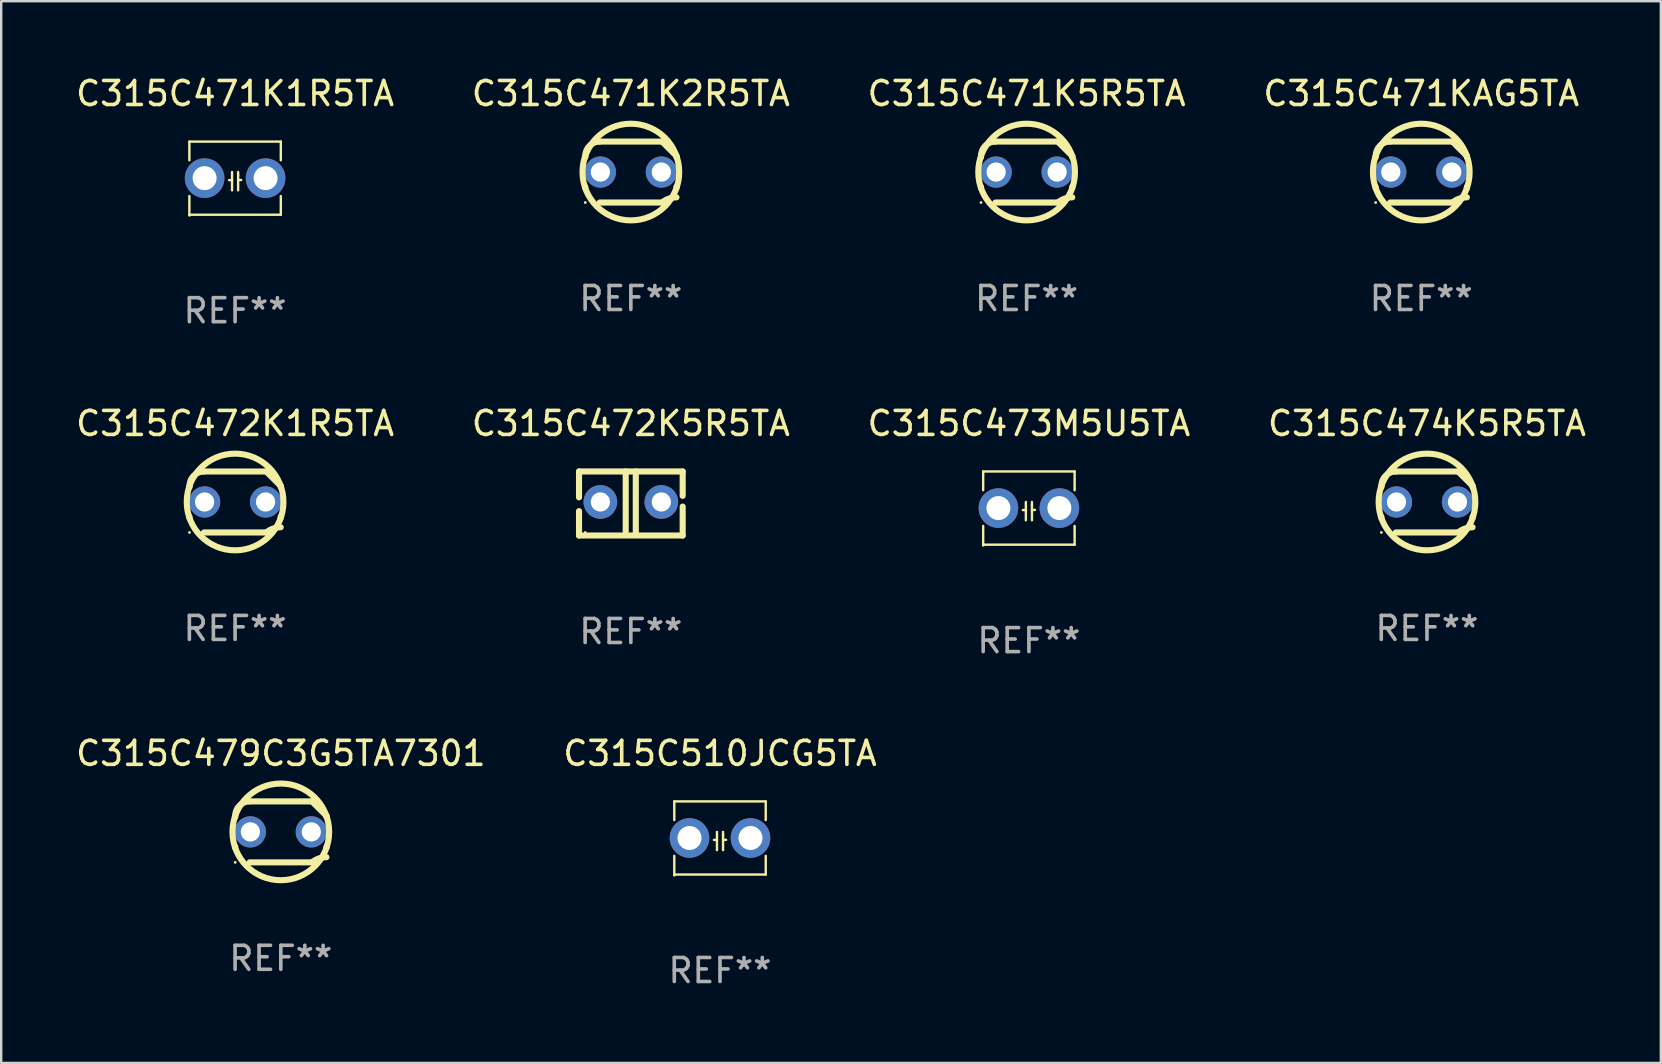
<source format=kicad_pcb>
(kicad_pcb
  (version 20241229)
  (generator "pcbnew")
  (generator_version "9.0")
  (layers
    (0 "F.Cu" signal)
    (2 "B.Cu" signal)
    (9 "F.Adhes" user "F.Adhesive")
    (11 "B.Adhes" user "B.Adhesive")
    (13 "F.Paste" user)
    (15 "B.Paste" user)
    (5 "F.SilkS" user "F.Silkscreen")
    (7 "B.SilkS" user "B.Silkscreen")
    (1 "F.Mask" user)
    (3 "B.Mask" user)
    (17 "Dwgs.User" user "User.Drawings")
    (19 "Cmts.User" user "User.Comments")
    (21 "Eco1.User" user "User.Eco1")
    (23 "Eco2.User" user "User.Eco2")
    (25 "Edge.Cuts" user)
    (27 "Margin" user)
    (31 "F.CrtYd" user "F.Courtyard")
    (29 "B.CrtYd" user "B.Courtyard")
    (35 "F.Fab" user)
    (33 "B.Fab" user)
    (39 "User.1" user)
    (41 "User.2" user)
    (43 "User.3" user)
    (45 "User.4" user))
  (footprint "C315C473M5U5TA"
    (layer "F.Cu")
    (at 39.815 18.117)
    (property "Reference" "C315C473M5U5TA" (at 0 -3.524 0) (layer "F.SilkS") (effects (font (size 1 1) (thickness 0.15))))
    (attr through_hole)
    (fp_line (start -1.905 -1.524) (end -1.905 -0.745) (stroke (width 0.1) (type solid)) (layer "F.SilkS"))
    (fp_line (start -1.905 0.745) (end -1.905 1.524) (stroke (width 0.1) (type solid)) (layer "F.SilkS"))
    (fp_line (start -1.905 1.524) (end 1.905 1.524) (stroke (width 0.1) (type solid)) (layer "F.SilkS"))
    (fp_line (start -0.127 -0.254) (end -0.127 0.508) (stroke (width 0.1) (type solid)) (layer "F.SilkS"))
    (fp_line (start -0.127 0.082) (end -0.254 0.082) (stroke (width 0.1) (type solid)) (layer "F.SilkS"))
    (fp_line (start 0.127 -0.127) (end 0.127 -0.254) (stroke (width 0.1) (type solid)) (layer "F.SilkS"))
    (fp_line (start 0.127 -0.127) (end 0.127 0.508) (stroke (width 0.1) (type solid)) (layer "F.SilkS"))
    (fp_line (start 0.127 0.077) (end 0.254 0.077) (stroke (width 0.1) (type solid)) (layer "F.SilkS"))
    (fp_line (start 1.905 -1.524) (end -1.905 -1.524) (stroke (width 0.1) (type solid)) (layer "F.SilkS"))
    (fp_line (start 1.905 -0.745) (end 1.905 -1.524) (stroke (width 0.1) (type solid)) (layer "F.SilkS"))
    (fp_line (start 1.905 1.524) (end 1.905 0.745) (stroke (width 0.1) (type solid)) (layer "F.SilkS"))
    (fp_circle (center -1.9 1.55) (end -1.87 1.55) (stroke (width 0.06) (type solid)) (fill no) (layer "F.SilkS"))
    (fp_text user "REF**" (at 0 5.524 0) (layer "F.Fab") (effects (font (size 1 1) (thickness 0.15))))
    (pad "1" thru_hole circle (at -1.27 0) (size 1.65 1.65) (drill 1) (layers "*.Cu" "*.Mask"))
    (pad "2" thru_hole circle (at 1.27 0) (size 1.65 1.65) (drill 1) (layers "*.Cu" "*.Mask")))
  (footprint "C315C479C3G5TA7301"
    (layer "F.Cu")
    (at 8.649 31.607)
    (property "Reference" "C315C479C3G5TA7301" (at 0 -3.27 0) (layer "F.SilkS") (effects (font (size 1 1) (thickness 0.15))))
    (attr through_hole)
    (fp_line (start -1.9 -0.615) (end -1.9 -0.668) (stroke (width 0.254) (type solid)) (layer "F.SilkS"))
    (fp_line (start -1.9 0.668) (end -1.9 0.615) (stroke (width 0.254) (type solid)) (layer "F.SilkS"))
    (fp_line (start -1.298 1.27) (end 1.298 1.27) (stroke (width 0.254) (type solid)) (layer "F.SilkS"))
    (fp_line (start -1.298 -1.27) (end 1.298 -1.27) (stroke (width 0.254) (type solid)) (layer "F.SilkS"))
    (fp_line (start 1.9 -0.668) (end 1.9 -0.615) (stroke (width 0.254) (type solid)) (layer "F.SilkS"))
    (fp_line (start 1.9 0.615) (end 1.9 0.668) (stroke (width 0.254) (type solid)) (layer "F.SilkS"))
    (fp_arc (start -1.900025 0.667602) (mid 1.900003 -0.66758) (end -1.900025 0.667602) (stroke (width 0.254001) (type solid)) (layer "F.SilkS"))
    (fp_arc (start -1.9 -0.667602) (mid -1.723557 -1.093572) (end -1.297587 -1.270015) (stroke (width 0.254001) (type solid)) (layer "F.SilkS"))
    (fp_arc (start 1.297587 1.26999) (mid 1.579878 1.109027) (end 1.9 1.053172) (stroke (width 0.254001) (type solid)) (layer "F.SilkS"))
    (fp_arc (start 1.297611 -1.270042) (mid 1.598991 -0.969008) (end 1.900025 -0.667628) (stroke (width 0.254001) (type solid)) (layer "F.SilkS"))
    (fp_circle (center -1.9 1.27) (end -1.87 1.27) (stroke (width 0.06) (type solid)) (fill no) (layer "F.SilkS"))
    (fp_text user "REF**" (at 0 5.27 0) (layer "F.Fab") (effects (font (size 1 1) (thickness 0.15))))
    (pad "1" thru_hole circle (at -1.27 -0.000013) (size 1.3 1.3) (drill 0.8) (layers "*.Cu" "*.Mask"))
    (pad "2" thru_hole circle (at 1.27 -0.000013) (size 1.3 1.3) (drill 0.8) (layers "*.Cu" "*.Mask")))
  (footprint "C315C471KAG5TA"
    (layer "F.Cu")
    (at 56.161 4.118)
    (property "Reference" "C315C471KAG5TA" (at 0 -3.27 0) (layer "F.SilkS") (effects (font (size 1 1) (thickness 0.15))))
    (attr through_hole)
    (fp_line (start -1.9 -0.615) (end -1.9 -0.668) (stroke (width 0.254) (type solid)) (layer "F.SilkS"))
    (fp_line (start -1.9 0.668) (end -1.9 0.615) (stroke (width 0.254) (type solid)) (layer "F.SilkS"))
    (fp_line (start -1.298 1.27) (end 1.298 1.27) (stroke (width 0.254) (type solid)) (layer "F.SilkS"))
    (fp_line (start -1.298 -1.27) (end 1.298 -1.27) (stroke (width 0.254) (type solid)) (layer "F.SilkS"))
    (fp_line (start 1.9 -0.668) (end 1.9 -0.615) (stroke (width 0.254) (type solid)) (layer "F.SilkS"))
    (fp_line (start 1.9 0.615) (end 1.9 0.668) (stroke (width 0.254) (type solid)) (layer "F.SilkS"))
    (fp_arc (start -1.900025 0.667602) (mid 1.900003 -0.66758) (end -1.900025 0.667602) (stroke (width 0.254001) (type solid)) (layer "F.SilkS"))
    (fp_arc (start -1.9 -0.667602) (mid -1.723557 -1.093572) (end -1.297587 -1.270015) (stroke (width 0.254001) (type solid)) (layer "F.SilkS"))
    (fp_arc (start 1.297587 1.26999) (mid 1.579878 1.109027) (end 1.9 1.053172) (stroke (width 0.254001) (type solid)) (layer "F.SilkS"))
    (fp_arc (start 1.297611 -1.270042) (mid 1.598991 -0.969008) (end 1.900025 -0.667628) (stroke (width 0.254001) (type solid)) (layer "F.SilkS"))
    (fp_circle (center -1.9 1.27) (end -1.87 1.27) (stroke (width 0.06) (type solid)) (fill no) (layer "F.SilkS"))
    (fp_text user "REF**" (at 0 5.27 0) (layer "F.Fab") (effects (font (size 1 1) (thickness 0.15))))
    (pad "1" thru_hole circle (at -1.27 -0.000013) (size 1.3 1.3) (drill 0.8) (layers "*.Cu" "*.Mask"))
    (pad "2" thru_hole circle (at 1.27 -0.000013) (size 1.3 1.3) (drill 0.8) (layers "*.Cu" "*.Mask")))
  (footprint "C315C472K5R5TA"
    (layer "F.Cu")
    (at 23.232 17.926)
    (property "Reference" "C315C472K5R5TA" (at 0 -3.334 0) (layer "F.SilkS") (effects (font (size 1 1) (thickness 0.15))))
    (attr through_hole)
    (fp_line (start -2.159 -1.334) (end 2.159 -1.334) (stroke (width 0.254) (type solid)) (layer "F.SilkS"))
    (fp_line (start -2.159 -0.256) (end -2.159 -1.334) (stroke (width 0.254) (type solid)) (layer "F.SilkS"))
    (fp_line (start -2.159 1.334) (end -2.159 0.318) (stroke (width 0.254) (type solid)) (layer "F.SilkS"))
    (fp_line (start -0.214 -1.334) (end -0.214 1.207) (stroke (width 0.254) (type solid)) (layer "F.SilkS"))
    (fp_line (start 0.205 -1.334) (end 0.205 1.207) (stroke (width 0.254) (type solid)) (layer "F.SilkS"))
    (fp_line (start 2.159 -1.334) (end 2.159 -0.318) (stroke (width 0.254) (type solid)) (layer "F.SilkS"))
    (fp_line (start 2.159 0.129) (end 2.159 1.334) (stroke (width 0.254) (type solid)) (layer "F.SilkS"))
    (fp_line (start 2.159 1.334) (end -2.159 1.334) (stroke (width 0.254) (type solid)) (layer "F.SilkS"))
    (fp_circle (center -1.9 1.207) (end -1.87 1.207) (stroke (width 0.06) (type solid)) (fill no) (layer "F.SilkS"))
    (fp_text user "REF**" (at 0 5.334 0) (layer "F.Fab") (effects (font (size 1 1) (thickness 0.15))))
    (pad "1" thru_hole circle (at -1.27 -0.064) (size 1.4 1.4) (drill 0.8) (layers "*.Cu" "*.Mask"))
    (pad "2" thru_hole circle (at 1.27 -0.064) (size 1.4 1.4) (drill 0.8) (layers "*.Cu" "*.Mask")))
  (footprint "C315C510JCG5TA"
    (layer "F.Cu")
    (at 26.946 31.861)
    (property "Reference" "C315C510JCG5TA" (at 0 -3.524 0) (layer "F.SilkS") (effects (font (size 1 1) (thickness 0.15))))
    (attr through_hole)
    (fp_line (start -1.905 -1.524) (end -1.905 -0.745) (stroke (width 0.1) (type solid)) (layer "F.SilkS"))
    (fp_line (start -1.905 0.745) (end -1.905 1.524) (stroke (width 0.1) (type solid)) (layer "F.SilkS"))
    (fp_line (start -1.905 1.524) (end 1.905 1.524) (stroke (width 0.1) (type solid)) (layer "F.SilkS"))
    (fp_line (start -0.127 -0.254) (end -0.127 0.508) (stroke (width 0.1) (type solid)) (layer "F.SilkS"))
    (fp_line (start -0.127 0.082) (end -0.254 0.082) (stroke (width 0.1) (type solid)) (layer "F.SilkS"))
    (fp_line (start 0.127 -0.127) (end 0.127 -0.254) (stroke (width 0.1) (type solid)) (layer "F.SilkS"))
    (fp_line (start 0.127 -0.127) (end 0.127 0.508) (stroke (width 0.1) (type solid)) (layer "F.SilkS"))
    (fp_line (start 0.127 0.077) (end 0.254 0.077) (stroke (width 0.1) (type solid)) (layer "F.SilkS"))
    (fp_line (start 1.905 -1.524) (end -1.905 -1.524) (stroke (width 0.1) (type solid)) (layer "F.SilkS"))
    (fp_line (start 1.905 -0.745) (end 1.905 -1.524) (stroke (width 0.1) (type solid)) (layer "F.SilkS"))
    (fp_line (start 1.905 1.524) (end 1.905 0.745) (stroke (width 0.1) (type solid)) (layer "F.SilkS"))
    (fp_circle (center -1.9 1.55) (end -1.87 1.55) (stroke (width 0.06) (type solid)) (fill no) (layer "F.SilkS"))
    (fp_text user "REF**" (at 0 5.524 0) (layer "F.Fab") (effects (font (size 1 1) (thickness 0.15))))
    (pad "1" thru_hole circle (at -1.27 0) (size 1.65 1.65) (drill 1) (layers "*.Cu" "*.Mask"))
    (pad "2" thru_hole circle (at 1.27 0) (size 1.65 1.65) (drill 1) (layers "*.Cu" "*.Mask")))
  (footprint "C315C471K1R5TA"
    (layer "F.Cu")
    (at 6.744 4.372)
    (property "Reference" "C315C471K1R5TA" (at 0 -3.524 0) (layer "F.SilkS") (effects (font (size 1 1) (thickness 0.15))))
    (attr through_hole)
    (fp_line (start -1.905 -1.524) (end -1.905 -0.745) (stroke (width 0.1) (type solid)) (layer "F.SilkS"))
    (fp_line (start -1.905 0.745) (end -1.905 1.524) (stroke (width 0.1) (type solid)) (layer "F.SilkS"))
    (fp_line (start -1.905 1.524) (end 1.905 1.524) (stroke (width 0.1) (type solid)) (layer "F.SilkS"))
    (fp_line (start -0.127 -0.254) (end -0.127 0.508) (stroke (width 0.1) (type solid)) (layer "F.SilkS"))
    (fp_line (start -0.127 0.082) (end -0.254 0.082) (stroke (width 0.1) (type solid)) (layer "F.SilkS"))
    (fp_line (start 0.127 -0.127) (end 0.127 -0.254) (stroke (width 0.1) (type solid)) (layer "F.SilkS"))
    (fp_line (start 0.127 -0.127) (end 0.127 0.508) (stroke (width 0.1) (type solid)) (layer "F.SilkS"))
    (fp_line (start 0.127 0.077) (end 0.254 0.077) (stroke (width 0.1) (type solid)) (layer "F.SilkS"))
    (fp_line (start 1.905 -1.524) (end -1.905 -1.524) (stroke (width 0.1) (type solid)) (layer "F.SilkS"))
    (fp_line (start 1.905 -0.745) (end 1.905 -1.524) (stroke (width 0.1) (type solid)) (layer "F.SilkS"))
    (fp_line (start 1.905 1.524) (end 1.905 0.745) (stroke (width 0.1) (type solid)) (layer "F.SilkS"))
    (fp_circle (center -1.9 1.55) (end -1.87 1.55) (stroke (width 0.06) (type solid)) (fill no) (layer "F.SilkS"))
    (fp_text user "REF**" (at 0 5.524 0) (layer "F.Fab") (effects (font (size 1 1) (thickness 0.15))))
    (pad "1" thru_hole circle (at -1.27 0) (size 1.65 1.65) (drill 1) (layers "*.Cu" "*.Mask"))
    (pad "2" thru_hole circle (at 1.27 0) (size 1.65 1.65) (drill 1) (layers "*.Cu" "*.Mask")))
  (footprint "C315C471K5R5TA"
    (layer "F.Cu")
    (at 39.72 4.118)
    (property "Reference" "C315C471K5R5TA" (at 0 -3.27 0) (layer "F.SilkS") (effects (font (size 1 1) (thickness 0.15))))
    (attr through_hole)
    (fp_line (start -1.9 -0.615) (end -1.9 -0.668) (stroke (width 0.254) (type solid)) (layer "F.SilkS"))
    (fp_line (start -1.9 0.668) (end -1.9 0.615) (stroke (width 0.254) (type solid)) (layer "F.SilkS"))
    (fp_line (start -1.298 1.27) (end 1.298 1.27) (stroke (width 0.254) (type solid)) (layer "F.SilkS"))
    (fp_line (start -1.298 -1.27) (end 1.298 -1.27) (stroke (width 0.254) (type solid)) (layer "F.SilkS"))
    (fp_line (start 1.9 -0.668) (end 1.9 -0.615) (stroke (width 0.254) (type solid)) (layer "F.SilkS"))
    (fp_line (start 1.9 0.615) (end 1.9 0.668) (stroke (width 0.254) (type solid)) (layer "F.SilkS"))
    (fp_arc (start -1.900025 0.667602) (mid 1.900003 -0.66758) (end -1.900025 0.667602) (stroke (width 0.254001) (type solid)) (layer "F.SilkS"))
    (fp_arc (start -1.9 -0.667602) (mid -1.723557 -1.093572) (end -1.297587 -1.270015) (stroke (width 0.254001) (type solid)) (layer "F.SilkS"))
    (fp_arc (start 1.297587 1.26999) (mid 1.579878 1.109027) (end 1.9 1.053172) (stroke (width 0.254001) (type solid)) (layer "F.SilkS"))
    (fp_arc (start 1.297611 -1.270042) (mid 1.598991 -0.969008) (end 1.900025 -0.667628) (stroke (width 0.254001) (type solid)) (layer "F.SilkS"))
    (fp_circle (center -1.9 1.27) (end -1.87 1.27) (stroke (width 0.06) (type solid)) (fill no) (layer "F.SilkS"))
    (fp_text user "REF**" (at 0 5.27 0) (layer "F.Fab") (effects (font (size 1 1) (thickness 0.15))))
    (pad "1" thru_hole circle (at -1.27 -0.000013) (size 1.3 1.3) (drill 0.8) (layers "*.Cu" "*.Mask"))
    (pad "2" thru_hole circle (at 1.27 -0.000013) (size 1.3 1.3) (drill 0.8) (layers "*.Cu" "*.Mask")))
  (footprint "C315C472K1R5TA"
    (layer "F.Cu")
    (at 6.744 17.863)
    (property "Reference" "C315C472K1R5TA" (at 0 -3.27 0) (layer "F.SilkS") (effects (font (size 1 1) (thickness 0.15))))
    (attr through_hole)
    (fp_line (start -1.9 -0.615) (end -1.9 -0.668) (stroke (width 0.254) (type solid)) (layer "F.SilkS"))
    (fp_line (start -1.9 0.668) (end -1.9 0.615) (stroke (width 0.254) (type solid)) (layer "F.SilkS"))
    (fp_line (start -1.298 1.27) (end 1.298 1.27) (stroke (width 0.254) (type solid)) (layer "F.SilkS"))
    (fp_line (start -1.298 -1.27) (end 1.298 -1.27) (stroke (width 0.254) (type solid)) (layer "F.SilkS"))
    (fp_line (start 1.9 -0.668) (end 1.9 -0.615) (stroke (width 0.254) (type solid)) (layer "F.SilkS"))
    (fp_line (start 1.9 0.615) (end 1.9 0.668) (stroke (width 0.254) (type solid)) (layer "F.SilkS"))
    (fp_arc (start -1.900025 0.667602) (mid 1.900003 -0.66758) (end -1.900025 0.667602) (stroke (width 0.254001) (type solid)) (layer "F.SilkS"))
    (fp_arc (start -1.9 -0.667602) (mid -1.723557 -1.093572) (end -1.297587 -1.270015) (stroke (width 0.254001) (type solid)) (layer "F.SilkS"))
    (fp_arc (start 1.297587 1.26999) (mid 1.579878 1.109027) (end 1.9 1.053172) (stroke (width 0.254001) (type solid)) (layer "F.SilkS"))
    (fp_arc (start 1.297611 -1.270042) (mid 1.598991 -0.969008) (end 1.900025 -0.667628) (stroke (width 0.254001) (type solid)) (layer "F.SilkS"))
    (fp_circle (center -1.9 1.27) (end -1.87 1.27) (stroke (width 0.06) (type solid)) (fill no) (layer "F.SilkS"))
    (fp_text user "REF**" (at 0 5.27 0) (layer "F.Fab") (effects (font (size 1 1) (thickness 0.15))))
    (pad "1" thru_hole circle (at -1.27 -0.000013) (size 1.3 1.3) (drill 0.8) (layers "*.Cu" "*.Mask"))
    (pad "2" thru_hole circle (at 1.27 -0.000013) (size 1.3 1.3) (drill 0.8) (layers "*.Cu" "*.Mask")))
  (footprint "C315C471K2R5TA"
    (layer "F.Cu")
    (at 23.232 4.118)
    (property "Reference" "C315C471K2R5TA" (at 0 -3.27 0) (layer "F.SilkS") (effects (font (size 1 1) (thickness 0.15))))
    (attr through_hole)
    (fp_line (start -1.9 -0.615) (end -1.9 -0.668) (stroke (width 0.254) (type solid)) (layer "F.SilkS"))
    (fp_line (start -1.9 0.668) (end -1.9 0.615) (stroke (width 0.254) (type solid)) (layer "F.SilkS"))
    (fp_line (start -1.298 1.27) (end 1.298 1.27) (stroke (width 0.254) (type solid)) (layer "F.SilkS"))
    (fp_line (start -1.298 -1.27) (end 1.298 -1.27) (stroke (width 0.254) (type solid)) (layer "F.SilkS"))
    (fp_line (start 1.9 -0.668) (end 1.9 -0.615) (stroke (width 0.254) (type solid)) (layer "F.SilkS"))
    (fp_line (start 1.9 0.615) (end 1.9 0.668) (stroke (width 0.254) (type solid)) (layer "F.SilkS"))
    (fp_arc (start -1.900025 0.667602) (mid 1.900003 -0.66758) (end -1.900025 0.667602) (stroke (width 0.254001) (type solid)) (layer "F.SilkS"))
    (fp_arc (start -1.9 -0.667602) (mid -1.723557 -1.093572) (end -1.297587 -1.270015) (stroke (width 0.254001) (type solid)) (layer "F.SilkS"))
    (fp_arc (start 1.297587 1.26999) (mid 1.579878 1.109027) (end 1.9 1.053172) (stroke (width 0.254001) (type solid)) (layer "F.SilkS"))
    (fp_arc (start 1.297611 -1.270042) (mid 1.598991 -0.969008) (end 1.900025 -0.667628) (stroke (width 0.254001) (type solid)) (layer "F.SilkS"))
    (fp_circle (center -1.9 1.27) (end -1.87 1.27) (stroke (width 0.06) (type solid)) (fill no) (layer "F.SilkS"))
    (fp_text user "REF**" (at 0 5.27 0) (layer "F.Fab") (effects (font (size 1 1) (thickness 0.15))))
    (pad "1" thru_hole circle (at -1.27 -0.000013) (size 1.3 1.3) (drill 0.8) (layers "*.Cu" "*.Mask"))
    (pad "2" thru_hole circle (at 1.27 -0.000013) (size 1.3 1.3) (drill 0.8) (layers "*.Cu" "*.Mask")))
  (footprint "C315C474K5R5TA"
    (layer "F.Cu")
    (at 56.399 17.863)
    (property "Reference" "C315C474K5R5TA" (at 0 -3.27 0) (layer "F.SilkS") (effects (font (size 1 1) (thickness 0.15))))
    (attr through_hole)
    (fp_line (start -1.9 -0.615) (end -1.9 -0.668) (stroke (width 0.254) (type solid)) (layer "F.SilkS"))
    (fp_line (start -1.9 0.668) (end -1.9 0.615) (stroke (width 0.254) (type solid)) (layer "F.SilkS"))
    (fp_line (start -1.298 1.27) (end 1.298 1.27) (stroke (width 0.254) (type solid)) (layer "F.SilkS"))
    (fp_line (start -1.298 -1.27) (end 1.298 -1.27) (stroke (width 0.254) (type solid)) (layer "F.SilkS"))
    (fp_line (start 1.9 -0.668) (end 1.9 -0.615) (stroke (width 0.254) (type solid)) (layer "F.SilkS"))
    (fp_line (start 1.9 0.615) (end 1.9 0.668) (stroke (width 0.254) (type solid)) (layer "F.SilkS"))
    (fp_arc (start -1.900025 0.667602) (mid 1.900003 -0.66758) (end -1.900025 0.667602) (stroke (width 0.254001) (type solid)) (layer "F.SilkS"))
    (fp_arc (start -1.9 -0.667602) (mid -1.723557 -1.093572) (end -1.297587 -1.270015) (stroke (width 0.254001) (type solid)) (layer "F.SilkS"))
    (fp_arc (start 1.297587 1.26999) (mid 1.579878 1.109027) (end 1.9 1.053172) (stroke (width 0.254001) (type solid)) (layer "F.SilkS"))
    (fp_arc (start 1.297611 -1.270042) (mid 1.598991 -0.969008) (end 1.900025 -0.667628) (stroke (width 0.254001) (type solid)) (layer "F.SilkS"))
    (fp_circle (center -1.9 1.27) (end -1.87 1.27) (stroke (width 0.06) (type solid)) (fill no) (layer "F.SilkS"))
    (fp_text user "REF**" (at 0 5.27 0) (layer "F.Fab") (effects (font (size 1 1) (thickness 0.15))))
    (pad "1" thru_hole circle (at -1.27 -0.000013) (size 1.3 1.3) (drill 0.8) (layers "*.Cu" "*.Mask"))
    (pad "2" thru_hole circle (at 1.27 -0.000013) (size 1.3 1.3) (drill 0.8) (layers "*.Cu" "*.Mask")))
  (gr_rect
    (start -3 -3)
    (end 66.143 41.234)
    (stroke (width 0.1) (type default))
    (fill no)
    (layer "Edge.Cuts")))
</source>
